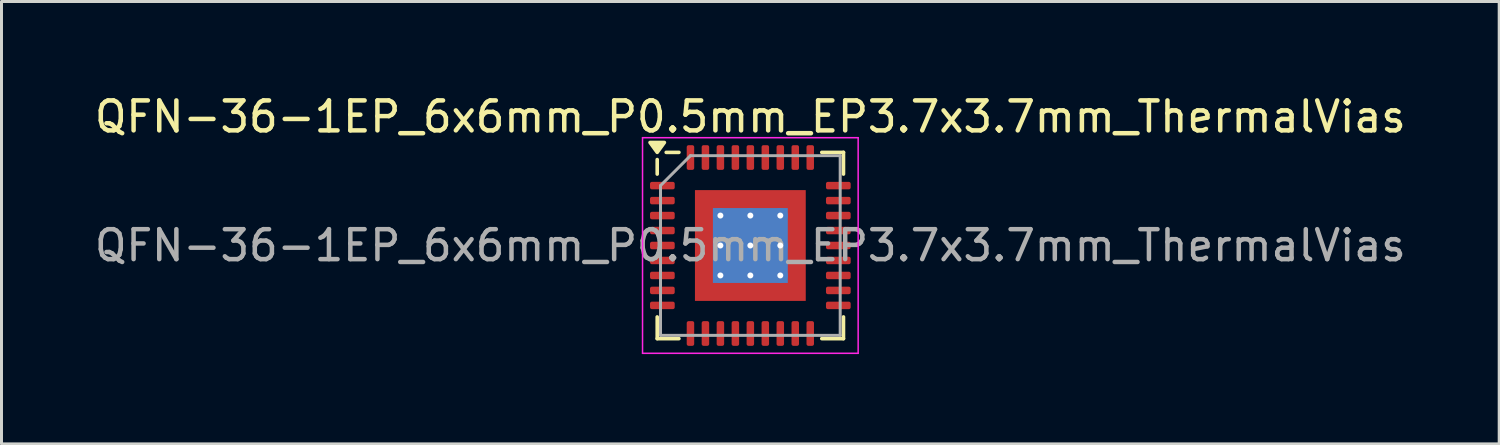
<source format=kicad_pcb>
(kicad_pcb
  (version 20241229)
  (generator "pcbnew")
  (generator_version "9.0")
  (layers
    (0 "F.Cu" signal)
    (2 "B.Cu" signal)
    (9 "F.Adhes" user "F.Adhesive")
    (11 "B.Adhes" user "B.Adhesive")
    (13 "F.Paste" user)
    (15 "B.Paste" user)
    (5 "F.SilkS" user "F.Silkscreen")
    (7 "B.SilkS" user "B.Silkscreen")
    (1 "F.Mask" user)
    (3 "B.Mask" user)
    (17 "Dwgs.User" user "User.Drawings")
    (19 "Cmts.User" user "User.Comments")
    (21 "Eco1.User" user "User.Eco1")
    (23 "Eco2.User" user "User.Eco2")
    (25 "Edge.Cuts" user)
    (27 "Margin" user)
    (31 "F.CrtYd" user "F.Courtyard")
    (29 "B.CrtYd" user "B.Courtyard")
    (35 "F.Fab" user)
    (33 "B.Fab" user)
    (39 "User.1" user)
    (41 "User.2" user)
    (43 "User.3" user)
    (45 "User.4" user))
  (footprint "QFN-36-1EP_6x6mm_P0.5mm_EP3.7x3.7mm_ThermalVias"
    (layer "F.Cu")
    (at 22.006 5.148)
    (property "Reference" "QFN-36-1EP_6x6mm_P0.5mm_EP3.7x3.7mm_ThermalVias" (at 0 -4.3 0) (layer "F.SilkS") (effects (font (size 1 1) (thickness 0.15))))
    (attr smd)
    (fp_line (start -3.11 -2.385) (end -3.11 -2.87) (stroke (width 0.12) (type solid)) (layer "F.SilkS"))
    (fp_line (start -3.11 3.11) (end -3.11 2.385) (stroke (width 0.12) (type solid)) (layer "F.SilkS"))
    (fp_line (start -2.385 -3.11) (end -2.81 -3.11) (stroke (width 0.12) (type solid)) (layer "F.SilkS"))
    (fp_line (start -2.385 3.11) (end -3.11 3.11) (stroke (width 0.12) (type solid)) (layer "F.SilkS"))
    (fp_line (start 2.385 -3.11) (end 3.11 -3.11) (stroke (width 0.12) (type solid)) (layer "F.SilkS"))
    (fp_line (start 2.385 3.11) (end 3.11 3.11) (stroke (width 0.12) (type solid)) (layer "F.SilkS"))
    (fp_line (start 3.11 -3.11) (end 3.11 -2.385) (stroke (width 0.12) (type solid)) (layer "F.SilkS"))
    (fp_line (start 3.11 3.11) (end 3.11 2.385) (stroke (width 0.12) (type solid)) (layer "F.SilkS"))
    (fp_poly (pts (xy -3.11 -3.11) (xy -3.35 -3.44) (xy -2.87 -3.44) (xy -3.11 -3.11)) (stroke (width 0.12) (type solid)) (fill yes) (layer "F.SilkS"))
    (fp_line (start -3.6 -3.6) (end -3.6 3.6) (stroke (width 0.05) (type solid)) (layer "F.CrtYd"))
    (fp_line (start -3.6 3.6) (end 3.6 3.6) (stroke (width 0.05) (type solid)) (layer "F.CrtYd"))
    (fp_line (start 3.6 -3.6) (end -3.6 -3.6) (stroke (width 0.05) (type solid)) (layer "F.CrtYd"))
    (fp_line (start 3.6 3.6) (end 3.6 -3.6) (stroke (width 0.05) (type solid)) (layer "F.CrtYd"))
    (fp_line (start -3 -2) (end -2 -3) (stroke (width 0.1) (type solid)) (layer "F.Fab"))
    (fp_line (start -3 3) (end -3 -2) (stroke (width 0.1) (type solid)) (layer "F.Fab"))
    (fp_line (start -2 -3) (end 3 -3) (stroke (width 0.1) (type solid)) (layer "F.Fab"))
    (fp_line (start 3 -3) (end 3 3) (stroke (width 0.1) (type solid)) (layer "F.Fab"))
    (fp_line (start 3 3) (end -3 3) (stroke (width 0.1) (type solid)) (layer "F.Fab"))
    (fp_text user "${REFERENCE}" (at 0 0 0) (layer "F.Fab") (effects (font (size 1 1) (thickness 0.15))))
    (pad "" smd custom (at -1.425 -1.425) (size 0.602 0.602) (layers "F.Paste") (options (anchor circle)) (primitives (gr_poly (pts (xy -0.259 -0.259) (xy 0.259 -0.259) (xy 0.259 0.19) (xy 0.19 0.259) (xy -0.259 0.259)) (width 0.167) (fill yes))))
    (pad "" smd custom (at -1.425 -0.5) (size 0.612 0.612) (layers "F.Paste") (options (anchor circle)) (primitives (gr_poly (pts (xy -0.269 -0.33) (xy 0.209 -0.33) (xy 0.269 -0.269) (xy 0.269 0.269) (xy 0.209 0.33) (xy -0.269 0.33)) (width 0.147) (fill yes))))
    (pad "" smd custom (at -1.425 0.5) (size 0.612 0.612) (layers "F.Paste") (options (anchor circle)) (primitives (gr_poly (pts (xy -0.269 -0.33) (xy 0.209 -0.33) (xy 0.269 -0.269) (xy 0.269 0.269) (xy 0.209 0.33) (xy -0.269 0.33)) (width 0.147) (fill yes))))
    (pad "" smd custom (at -1.425 1.425) (size 0.602 0.602) (layers "F.Paste") (options (anchor circle)) (primitives (gr_poly (pts (xy -0.259 -0.259) (xy 0.19 -0.259) (xy 0.259 -0.19) (xy 0.259 0.259) (xy -0.259 0.259)) (width 0.167) (fill yes))))
    (pad "" smd custom (at -0.5 -1.425) (size 0.612 0.612) (layers "F.Paste") (options (anchor circle)) (primitives (gr_poly (pts (xy -0.33 -0.269) (xy 0.33 -0.269) (xy 0.33 0.209) (xy 0.269 0.269) (xy -0.269 0.269) (xy -0.33 0.209)) (width 0.147) (fill yes))))
    (pad "" smd roundrect (at -0.5 -0.5) (size 0.806 0.806) (layers "F.Paste") (roundrect_rratio 0.25))
    (pad "" smd roundrect (at -0.5 0.5) (size 0.806 0.806) (layers "F.Paste") (roundrect_rratio 0.25))
    (pad "" smd custom (at -0.5 1.425) (size 0.612 0.612) (layers "F.Paste") (options (anchor circle)) (primitives (gr_poly (pts (xy -0.33 -0.209) (xy -0.269 -0.269) (xy 0.269 -0.269) (xy 0.33 -0.209) (xy 0.33 0.269) (xy -0.33 0.269)) (width 0.147) (fill yes))))
    (pad "" smd custom (at 0.5 -1.425) (size 0.612 0.612) (layers "F.Paste") (options (anchor circle)) (primitives (gr_poly (pts (xy -0.33 -0.269) (xy 0.33 -0.269) (xy 0.33 0.209) (xy 0.269 0.269) (xy -0.269 0.269) (xy -0.33 0.209)) (width 0.147) (fill yes))))
    (pad "" smd roundrect (at 0.5 -0.5) (size 0.806 0.806) (layers "F.Paste") (roundrect_rratio 0.25))
    (pad "" smd roundrect (at 0.5 0.5) (size 0.806 0.806) (layers "F.Paste") (roundrect_rratio 0.25))
    (pad "" smd custom (at 0.5 1.425) (size 0.612 0.612) (layers "F.Paste") (options (anchor circle)) (primitives (gr_poly (pts (xy -0.33 -0.209) (xy -0.269 -0.269) (xy 0.269 -0.269) (xy 0.33 -0.209) (xy 0.33 0.269) (xy -0.33 0.269)) (width 0.147) (fill yes))))
    (pad "" smd custom (at 1.425 -1.425) (size 0.602 0.602) (layers "F.Paste") (options (anchor circle)) (primitives (gr_poly (pts (xy -0.259 -0.259) (xy 0.259 -0.259) (xy 0.259 0.259) (xy -0.19 0.259) (xy -0.259 0.19)) (width 0.167) (fill yes))))
    (pad "" smd custom (at 1.425 -0.5) (size 0.612 0.612) (layers "F.Paste") (options (anchor circle)) (primitives (gr_poly (pts (xy -0.269 -0.269) (xy -0.209 -0.33) (xy 0.269 -0.33) (xy 0.269 0.33) (xy -0.209 0.33) (xy -0.269 0.269)) (width 0.147) (fill yes))))
    (pad "" smd custom (at 1.425 0.5) (size 0.612 0.612) (layers "F.Paste") (options (anchor circle)) (primitives (gr_poly (pts (xy -0.269 -0.269) (xy -0.209 -0.33) (xy 0.269 -0.33) (xy 0.269 0.33) (xy -0.209 0.33) (xy -0.269 0.269)) (width 0.147) (fill yes))))
    (pad "" smd custom (at 1.425 1.425) (size 0.602 0.602) (layers "F.Paste") (options (anchor circle)) (primitives (gr_poly (pts (xy -0.259 -0.19) (xy -0.19 -0.259) (xy 0.259 -0.259) (xy 0.259 0.259) (xy -0.259 0.259)) (width 0.167) (fill yes))))
    (pad "1" smd roundrect (at -2.938 -2) (size 0.825 0.25) (layers "F.Cu" "F.Mask" "F.Paste") (roundrect_rratio 0.25))
    (pad "2" smd roundrect (at -2.938 -1.5) (size 0.825 0.25) (layers "F.Cu" "F.Mask" "F.Paste") (roundrect_rratio 0.25))
    (pad "3" smd roundrect (at -2.938 -1) (size 0.825 0.25) (layers "F.Cu" "F.Mask" "F.Paste") (roundrect_rratio 0.25))
    (pad "4" smd roundrect (at -2.938 -0.5) (size 0.825 0.25) (layers "F.Cu" "F.Mask" "F.Paste") (roundrect_rratio 0.25))
    (pad "5" smd roundrect (at -2.938 0) (size 0.825 0.25) (layers "F.Cu" "F.Mask" "F.Paste") (roundrect_rratio 0.25))
    (pad "6" smd roundrect (at -2.938 0.5) (size 0.825 0.25) (layers "F.Cu" "F.Mask" "F.Paste") (roundrect_rratio 0.25))
    (pad "7" smd roundrect (at -2.938 1) (size 0.825 0.25) (layers "F.Cu" "F.Mask" "F.Paste") (roundrect_rratio 0.25))
    (pad "8" smd roundrect (at -2.938 1.5) (size 0.825 0.25) (layers "F.Cu" "F.Mask" "F.Paste") (roundrect_rratio 0.25))
    (pad "9" smd roundrect (at -2.938 2) (size 0.825 0.25) (layers "F.Cu" "F.Mask" "F.Paste") (roundrect_rratio 0.25))
    (pad "10" smd roundrect (at -2 2.938) (size 0.25 0.825) (layers "F.Cu" "F.Mask" "F.Paste") (roundrect_rratio 0.25))
    (pad "11" smd roundrect (at -1.5 2.938) (size 0.25 0.825) (layers "F.Cu" "F.Mask" "F.Paste") (roundrect_rratio 0.25))
    (pad "12" smd roundrect (at -1 2.938) (size 0.25 0.825) (layers "F.Cu" "F.Mask" "F.Paste") (roundrect_rratio 0.25))
    (pad "13" smd roundrect (at -0.5 2.938) (size 0.25 0.825) (layers "F.Cu" "F.Mask" "F.Paste") (roundrect_rratio 0.25))
    (pad "14" smd roundrect (at 0 2.938) (size 0.25 0.825) (layers "F.Cu" "F.Mask" "F.Paste") (roundrect_rratio 0.25))
    (pad "15" smd roundrect (at 0.5 2.938) (size 0.25 0.825) (layers "F.Cu" "F.Mask" "F.Paste") (roundrect_rratio 0.25))
    (pad "16" smd roundrect (at 1 2.938) (size 0.25 0.825) (layers "F.Cu" "F.Mask" "F.Paste") (roundrect_rratio 0.25))
    (pad "17" smd roundrect (at 1.5 2.938) (size 0.25 0.825) (layers "F.Cu" "F.Mask" "F.Paste") (roundrect_rratio 0.25))
    (pad "18" smd roundrect (at 2 2.938) (size 0.25 0.825) (layers "F.Cu" "F.Mask" "F.Paste") (roundrect_rratio 0.25))
    (pad "19" smd roundrect (at 2.938 2) (size 0.825 0.25) (layers "F.Cu" "F.Mask" "F.Paste") (roundrect_rratio 0.25))
    (pad "20" smd roundrect (at 2.938 1.5) (size 0.825 0.25) (layers "F.Cu" "F.Mask" "F.Paste") (roundrect_rratio 0.25))
    (pad "21" smd roundrect (at 2.938 1) (size 0.825 0.25) (layers "F.Cu" "F.Mask" "F.Paste") (roundrect_rratio 0.25))
    (pad "22" smd roundrect (at 2.938 0.5) (size 0.825 0.25) (layers "F.Cu" "F.Mask" "F.Paste") (roundrect_rratio 0.25))
    (pad "23" smd roundrect (at 2.938 0) (size 0.825 0.25) (layers "F.Cu" "F.Mask" "F.Paste") (roundrect_rratio 0.25))
    (pad "24" smd roundrect (at 2.938 -0.5) (size 0.825 0.25) (layers "F.Cu" "F.Mask" "F.Paste") (roundrect_rratio 0.25))
    (pad "25" smd roundrect (at 2.938 -1) (size 0.825 0.25) (layers "F.Cu" "F.Mask" "F.Paste") (roundrect_rratio 0.25))
    (pad "26" smd roundrect (at 2.938 -1.5) (size 0.825 0.25) (layers "F.Cu" "F.Mask" "F.Paste") (roundrect_rratio 0.25))
    (pad "27" smd roundrect (at 2.938 -2) (size 0.825 0.25) (layers "F.Cu" "F.Mask" "F.Paste") (roundrect_rratio 0.25))
    (pad "28" smd roundrect (at 2 -2.938) (size 0.25 0.825) (layers "F.Cu" "F.Mask" "F.Paste") (roundrect_rratio 0.25))
    (pad "29" smd roundrect (at 1.5 -2.938) (size 0.25 0.825) (layers "F.Cu" "F.Mask" "F.Paste") (roundrect_rratio 0.25))
    (pad "30" smd roundrect (at 1 -2.938) (size 0.25 0.825) (layers "F.Cu" "F.Mask" "F.Paste") (roundrect_rratio 0.25))
    (pad "31" smd roundrect (at 0.5 -2.938) (size 0.25 0.825) (layers "F.Cu" "F.Mask" "F.Paste") (roundrect_rratio 0.25))
    (pad "32" smd roundrect (at 0 -2.938) (size 0.25 0.825) (layers "F.Cu" "F.Mask" "F.Paste") (roundrect_rratio 0.25))
    (pad "33" smd roundrect (at -0.5 -2.938) (size 0.25 0.825) (layers "F.Cu" "F.Mask" "F.Paste") (roundrect_rratio 0.25))
    (pad "34" smd roundrect (at -1 -2.938) (size 0.25 0.825) (layers "F.Cu" "F.Mask" "F.Paste") (roundrect_rratio 0.25))
    (pad "35" smd roundrect (at -1.5 -2.938) (size 0.25 0.825) (layers "F.Cu" "F.Mask" "F.Paste") (roundrect_rratio 0.25))
    (pad "36" smd roundrect (at -2 -2.938) (size 0.25 0.825) (layers "F.Cu" "F.Mask" "F.Paste") (roundrect_rratio 0.25))
    (pad "37" thru_hole circle (at -1 -1) (size 0.5 0.5) (drill 0.2) (property pad_prop_heatsink) (layers "*.Cu"))
    (pad "37" thru_hole circle (at -1 0) (size 0.5 0.5) (drill 0.2) (property pad_prop_heatsink) (layers "*.Cu"))
    (pad "37" thru_hole circle (at -1 1) (size 0.5 0.5) (drill 0.2) (property pad_prop_heatsink) (layers "*.Cu"))
    (pad "37" thru_hole circle (at 0 -1) (size 0.5 0.5) (drill 0.2) (property pad_prop_heatsink) (layers "*.Cu"))
    (pad "37" thru_hole circle (at 0 0) (size 0.5 0.5) (drill 0.2) (property pad_prop_heatsink) (layers "*.Cu"))
    (pad "37" smd rect (at 0 0) (size 2.5 2.5) (property pad_prop_heatsink) (layers "B.Cu"))
    (pad "37" smd rect (at 0 0) (size 3.7 3.7) (property pad_prop_heatsink) (layers "F.Cu" "F.Mask"))
    (pad "37" thru_hole circle (at 0 1) (size 0.5 0.5) (drill 0.2) (property pad_prop_heatsink) (layers "*.Cu"))
    (pad "37" thru_hole circle (at 1 -1) (size 0.5 0.5) (drill 0.2) (property pad_prop_heatsink) (layers "*.Cu"))
    (pad "37" thru_hole circle (at 1 0) (size 0.5 0.5) (drill 0.2) (property pad_prop_heatsink) (layers "*.Cu"))
    (pad "37" thru_hole circle (at 1 1) (size 0.5 0.5) (drill 0.2) (property pad_prop_heatsink) (layers "*.Cu")))
  (gr_rect
    (start -3 -3)
    (end 47.012 11.773)
    (stroke (width 0.1) (type default))
    (fill no)
    (layer "Edge.Cuts")))
</source>
